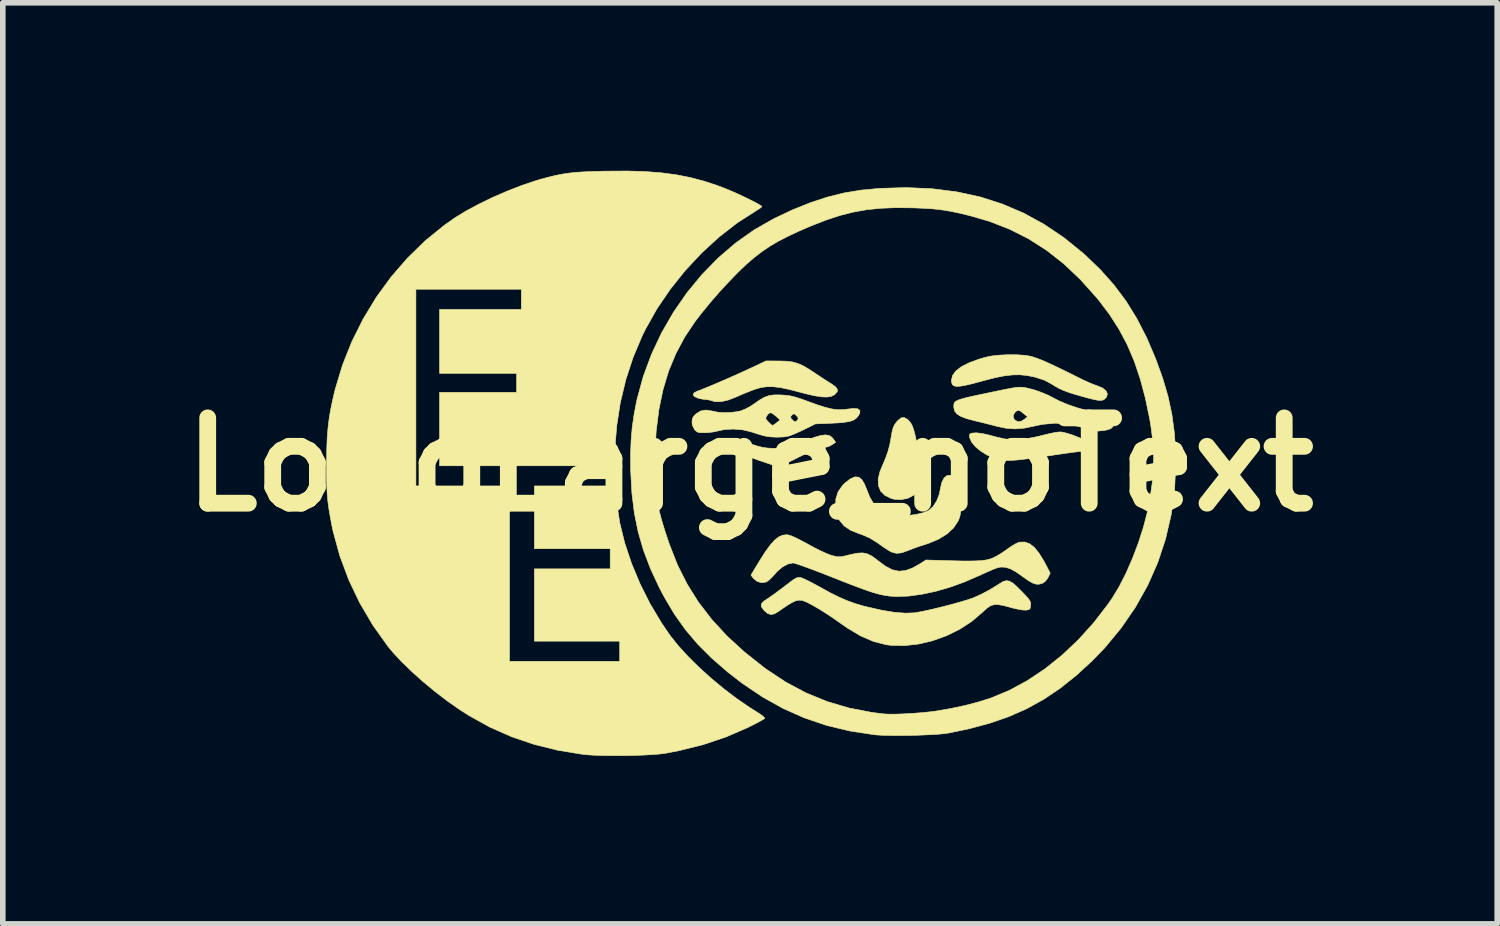
<source format=kicad_pcb>
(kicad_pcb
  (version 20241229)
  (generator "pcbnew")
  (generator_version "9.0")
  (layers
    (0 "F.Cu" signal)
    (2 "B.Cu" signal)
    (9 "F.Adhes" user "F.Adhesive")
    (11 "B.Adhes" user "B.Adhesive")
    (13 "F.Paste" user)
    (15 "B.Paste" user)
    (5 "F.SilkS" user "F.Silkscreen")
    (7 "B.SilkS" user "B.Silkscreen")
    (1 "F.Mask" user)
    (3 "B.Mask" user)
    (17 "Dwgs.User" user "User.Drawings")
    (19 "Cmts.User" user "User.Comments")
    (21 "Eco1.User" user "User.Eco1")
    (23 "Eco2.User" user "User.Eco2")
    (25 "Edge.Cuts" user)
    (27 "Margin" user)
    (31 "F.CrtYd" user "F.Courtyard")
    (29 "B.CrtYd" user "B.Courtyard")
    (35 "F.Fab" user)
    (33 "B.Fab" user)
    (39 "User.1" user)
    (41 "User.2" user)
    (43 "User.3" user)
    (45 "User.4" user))
  (footprint "LogoLarge_noText"
    (layer "F.Cu")
    (at 10.349 5.25)
    (property "Reference" "LogoLarge_noText" (at 0 0 0) (layer "F.SilkS") (effects (font (size 1.524 1.524) (thickness 0.3))))
    (attr through_hole)
    (fp_poly (pts (xy 2.813 -0.808) (xy 2.836 -0.786) (xy 2.868 -0.748) (xy 2.896 -0.699) (xy 2.921 -0.632) (xy 2.945 -0.543) (xy 2.971 -0.426) (xy 2.998 -0.276) (xy 3.018 -0.162) (xy 3.044 0.01) (xy 3.058 0.148) (xy 3.06 0.258) (xy 3.05 0.345) (xy 3.028 0.416) (xy 2.999 0.469) (xy 2.921 0.549) (xy 2.817 0.603) (xy 2.698 0.626) (xy 2.572 0.618) (xy 2.522 0.605) (xy 2.411 0.551) (xy 2.334 0.475) (xy 2.294 0.378) (xy 2.289 0.26) (xy 2.321 0.125) (xy 2.352 0.05) (xy 2.417 -0.103) (xy 2.464 -0.234) (xy 2.497 -0.359) (xy 2.519 -0.48) (xy 2.537 -0.583) (xy 2.556 -0.656) (xy 2.581 -0.711) (xy 2.616 -0.76) (xy 2.642 -0.788) (xy 2.7 -0.835) (xy 2.754 -0.841) (xy 2.813 -0.808)) (stroke (width 0.01) (type solid)) (fill yes) (layer "F.SilkS"))
    (fp_poly (pts (xy 1.412 -0.521) (xy 1.46 -0.49) (xy 1.483 -0.464) (xy 1.529 -0.399) (xy 1.479 -0.364) (xy 1.404 -0.322) (xy 1.32 -0.302) (xy 1.266 -0.298) (xy 1.211 -0.287) (xy 1.125 -0.255) (xy 1.008 -0.202) (xy 0.857 -0.127) (xy 0.749 -0.072) (xy 0.654 -0.025) (xy 0.579 0.012) (xy 0.529 0.034) (xy 0.512 0.041) (xy 0.488 0.034) (xy 0.431 0.015) (xy 0.348 -0.012) (xy 0.245 -0.047) (xy 0.16 -0.075) (xy -0.007 -0.136) (xy -0.135 -0.19) (xy -0.225 -0.24) (xy -0.279 -0.286) (xy -0.298 -0.332) (xy -0.285 -0.377) (xy -0.253 -0.414) (xy -0.224 -0.437) (xy -0.197 -0.443) (xy -0.157 -0.433) (xy -0.11 -0.416) (xy 0.026 -0.365) (xy 0.134 -0.33) (xy 0.224 -0.308) (xy 0.308 -0.296) (xy 0.395 -0.291) (xy 0.413 -0.291) (xy 0.504 -0.292) (xy 0.585 -0.3) (xy 0.666 -0.315) (xy 0.756 -0.341) (xy 0.865 -0.379) (xy 1.003 -0.433) (xy 1.008 -0.435) (xy 1.151 -0.488) (xy 1.262 -0.52) (xy 1.348 -0.531) (xy 1.412 -0.521)) (stroke (width 0.01) (type solid)) (fill yes) (layer "F.SilkS"))
    (fp_poly (pts (xy 5.595 -0.577) (xy 5.639 -0.566) (xy 5.652 -0.563) (xy 5.76 -0.529) (xy 5.868 -0.487) (xy 5.97 -0.44) (xy 6.056 -0.391) (xy 6.121 -0.346) (xy 6.155 -0.307) (xy 6.16 -0.293) (xy 6.144 -0.27) (xy 6.106 -0.248) (xy 6.064 -0.232) (xy 6.034 -0.231) (xy 6.028 -0.236) (xy 6.01 -0.242) (xy 5.96 -0.241) (xy 5.876 -0.233) (xy 5.756 -0.218) (xy 5.598 -0.196) (xy 5.439 -0.173) (xy 5.228 -0.141) (xy 5.054 -0.117) (xy 4.912 -0.098) (xy 4.796 -0.085) (xy 4.704 -0.077) (xy 4.628 -0.074) (xy 4.565 -0.075) (xy 4.509 -0.08) (xy 4.47 -0.086) (xy 4.349 -0.119) (xy 4.229 -0.174) (xy 4.119 -0.243) (xy 4.026 -0.321) (xy 3.958 -0.403) (xy 3.924 -0.481) (xy 3.919 -0.529) (xy 3.935 -0.552) (xy 3.967 -0.562) (xy 4.041 -0.568) (xy 4.145 -0.556) (xy 4.283 -0.525) (xy 4.387 -0.496) (xy 4.548 -0.459) (xy 4.706 -0.445) (xy 4.874 -0.453) (xy 5.062 -0.485) (xy 5.157 -0.506) (xy 5.288 -0.539) (xy 5.386 -0.561) (xy 5.458 -0.576) (xy 5.511 -0.582) (xy 5.554 -0.583) (xy 5.595 -0.577)) (stroke (width 0.01) (type solid)) (fill yes) (layer "F.SilkS"))
    (fp_poly (pts (xy 0.519 -1.851) (xy 0.648 -1.847) (xy 0.756 -1.834) (xy 0.853 -1.807) (xy 0.951 -1.764) (xy 1.061 -1.699) (xy 1.161 -1.633) (xy 1.252 -1.572) (xy 1.345 -1.511) (xy 1.426 -1.46) (xy 1.452 -1.444) (xy 1.526 -1.391) (xy 1.561 -1.345) (xy 1.558 -1.302) (xy 1.518 -1.256) (xy 1.511 -1.25) (xy 1.454 -1.22) (xy 1.378 -1.207) (xy 1.279 -1.21) (xy 1.152 -1.23) (xy 0.992 -1.267) (xy 0.893 -1.293) (xy 0.705 -1.342) (xy 0.549 -1.375) (xy 0.418 -1.391) (xy 0.304 -1.392) (xy 0.199 -1.378) (xy 0.114 -1.354) (xy 0.028 -1.324) (xy -0.077 -1.282) (xy -0.187 -1.236) (xy -0.235 -1.214) (xy -0.388 -1.154) (xy -0.516 -1.124) (xy -0.623 -1.124) (xy -0.688 -1.143) (xy -0.741 -1.157) (xy -0.791 -1.163) (xy -0.853 -1.17) (xy -0.925 -1.186) (xy -0.934 -1.189) (xy -0.996 -1.217) (xy -1.017 -1.251) (xy -0.996 -1.285) (xy -0.937 -1.314) (xy -0.875 -1.336) (xy -0.783 -1.374) (xy -0.667 -1.422) (xy -0.535 -1.478) (xy -0.393 -1.54) (xy -0.25 -1.603) (xy -0.114 -1.665) (xy 0.01 -1.722) (xy 0.021 -1.727) (xy 0.286 -1.852) (xy 0.519 -1.851)) (stroke (width 0.01) (type solid)) (fill yes) (layer "F.SilkS"))
    (fp_poly (pts (xy 4.767 -1.962) (xy 4.905 -1.953) (xy 4.992 -1.939) (xy 5.049 -1.925) (xy 5.113 -1.904) (xy 5.19 -1.875) (xy 5.283 -1.836) (xy 5.396 -1.784) (xy 5.533 -1.719) (xy 5.698 -1.638) (xy 5.896 -1.54) (xy 5.958 -1.509) (xy 6.048 -1.468) (xy 6.143 -1.429) (xy 6.202 -1.408) (xy 6.298 -1.368) (xy 6.359 -1.318) (xy 6.384 -1.265) (xy 6.371 -1.21) (xy 6.333 -1.169) (xy 6.304 -1.153) (xy 6.266 -1.147) (xy 6.211 -1.15) (xy 6.134 -1.165) (xy 6.027 -1.192) (xy 5.937 -1.217) (xy 5.796 -1.257) (xy 5.687 -1.292) (xy 5.6 -1.325) (xy 5.524 -1.359) (xy 5.451 -1.4) (xy 5.387 -1.44) (xy 5.262 -1.507) (xy 5.112 -1.557) (xy 5.069 -1.568) (xy 4.94 -1.593) (xy 4.814 -1.605) (xy 4.683 -1.602) (xy 4.539 -1.585) (xy 4.375 -1.552) (xy 4.18 -1.502) (xy 4.15 -1.494) (xy 3.985 -1.449) (xy 3.855 -1.418) (xy 3.757 -1.401) (xy 3.687 -1.397) (xy 3.641 -1.408) (xy 3.613 -1.432) (xy 3.6 -1.471) (xy 3.598 -1.505) (xy 3.618 -1.591) (xy 3.676 -1.672) (xy 3.773 -1.747) (xy 3.912 -1.818) (xy 4.091 -1.884) (xy 4.206 -1.918) (xy 4.319 -1.941) (xy 4.46 -1.956) (xy 4.614 -1.963) (xy 4.767 -1.962)) (stroke (width 0.01) (type solid)) (fill yes) (layer "F.SilkS"))
    (fp_poly (pts (xy 3.651 0.224) (xy 3.696 0.262) (xy 3.768 0.334) (xy 3.767 0.617) (xy 3.767 0.736) (xy 3.763 0.823) (xy 3.757 0.886) (xy 3.745 0.937) (xy 3.728 0.984) (xy 3.718 1.006) (xy 3.638 1.128) (xy 3.521 1.237) (xy 3.368 1.332) (xy 3.183 1.409) (xy 3.124 1.428) (xy 3.023 1.46) (xy 2.922 1.496) (xy 2.838 1.529) (xy 2.82 1.536) (xy 2.707 1.576) (xy 2.613 1.585) (xy 2.529 1.562) (xy 2.505 1.55) (xy 2.457 1.521) (xy 2.387 1.475) (xy 2.309 1.42) (xy 2.284 1.402) (xy 2.139 1.311) (xy 1.987 1.246) (xy 1.95 1.234) (xy 1.797 1.173) (xy 1.682 1.096) (xy 1.6 0.998) (xy 1.55 0.877) (xy 1.53 0.761) (xy 1.533 0.614) (xy 1.574 0.485) (xy 1.653 0.372) (xy 1.694 0.331) (xy 1.79 0.256) (xy 1.871 0.22) (xy 1.938 0.223) (xy 1.996 0.266) (xy 2.046 0.35) (xy 2.079 0.432) (xy 2.141 0.585) (xy 2.211 0.703) (xy 2.294 0.79) (xy 2.395 0.854) (xy 2.461 0.881) (xy 2.564 0.905) (xy 2.691 0.913) (xy 2.829 0.908) (xy 2.965 0.891) (xy 3.088 0.862) (xy 3.185 0.823) (xy 3.203 0.812) (xy 3.275 0.744) (xy 3.336 0.646) (xy 3.381 0.529) (xy 3.398 0.445) (xy 3.424 0.325) (xy 3.464 0.242) (xy 3.517 0.196) (xy 3.58 0.19) (xy 3.651 0.224)) (stroke (width 0.01) (type solid)) (fill yes) (layer "F.SilkS"))
    (fp_poly (pts (xy 4.889 -1.379) (xy 4.925 -1.373) (xy 5.057 -1.341) (xy 5.201 -1.292) (xy 5.336 -1.235) (xy 5.413 -1.194) (xy 5.528 -1.135) (xy 5.667 -1.077) (xy 5.82 -1.023) (xy 5.977 -0.976) (xy 6.126 -0.939) (xy 6.256 -0.916) (xy 6.34 -0.91) (xy 6.422 -0.904) (xy 6.47 -0.881) (xy 6.493 -0.835) (xy 6.498 -0.769) (xy 6.493 -0.704) (xy 6.471 -0.665) (xy 6.446 -0.644) (xy 6.394 -0.624) (xy 6.316 -0.608) (xy 6.229 -0.6) (xy 6.15 -0.6) (xy 6.107 -0.607) (xy 6.067 -0.619) (xy 6 -0.641) (xy 5.92 -0.667) (xy 5.905 -0.672) (xy 5.689 -0.724) (xy 5.459 -0.74) (xy 5.223 -0.719) (xy 5.086 -0.69) (xy 4.904 -0.652) (xy 4.742 -0.638) (xy 4.583 -0.648) (xy 4.413 -0.683) (xy 4.392 -0.689) (xy 4.276 -0.719) (xy 4.146 -0.752) (xy 4.028 -0.78) (xy 4.013 -0.784) (xy 3.871 -0.821) (xy 3.767 -0.861) (xy 3.728 -0.885) (xy 4.703 -0.885) (xy 4.709 -0.828) (xy 4.732 -0.795) (xy 4.786 -0.765) (xy 4.847 -0.775) (xy 4.9 -0.808) (xy 4.958 -0.854) (xy 4.887 -0.913) (xy 4.832 -0.955) (xy 4.795 -0.97) (xy 4.764 -0.96) (xy 4.738 -0.939) (xy 4.703 -0.885) (xy 3.728 -0.885) (xy 3.697 -0.905) (xy 3.656 -0.956) (xy 3.641 -1.017) (xy 3.641 -1.029) (xy 3.641 -1.061) (xy 3.644 -1.088) (xy 3.655 -1.111) (xy 3.677 -1.131) (xy 3.713 -1.15) (xy 3.769 -1.17) (xy 3.848 -1.192) (xy 3.953 -1.217) (xy 4.089 -1.246) (xy 4.26 -1.282) (xy 4.402 -1.312) (xy 4.543 -1.341) (xy 4.651 -1.362) (xy 4.733 -1.376) (xy 4.794 -1.382) (xy 4.844 -1.383) (xy 4.889 -1.379)) (stroke (width 0.01) (type solid)) (fill yes) (layer "F.SilkS"))
    (fp_poly (pts (xy 0.9 2.017) (xy 0.942 2.031) (xy 1.011 2.063) (xy 1.1 2.108) (xy 1.201 2.162) (xy 1.249 2.188) (xy 1.429 2.288) (xy 1.586 2.366) (xy 1.731 2.429) (xy 1.874 2.481) (xy 2.027 2.526) (xy 2.087 2.541) (xy 2.351 2.601) (xy 2.58 2.639) (xy 2.775 2.654) (xy 2.937 2.648) (xy 2.94 2.647) (xy 3.031 2.632) (xy 3.152 2.607) (xy 3.295 2.575) (xy 3.448 2.537) (xy 3.602 2.497) (xy 3.747 2.457) (xy 3.874 2.419) (xy 3.973 2.386) (xy 3.999 2.376) (xy 4.14 2.312) (xy 4.295 2.229) (xy 4.447 2.134) (xy 4.463 2.124) (xy 4.525 2.087) (xy 4.58 2.073) (xy 4.634 2.082) (xy 4.695 2.117) (xy 4.769 2.181) (xy 4.843 2.255) (xy 4.918 2.334) (xy 4.968 2.389) (xy 4.997 2.43) (xy 5.011 2.463) (xy 5.014 2.496) (xy 5.012 2.515) (xy 5.005 2.566) (xy 4.984 2.59) (xy 4.937 2.599) (xy 4.926 2.6) (xy 4.869 2.597) (xy 4.787 2.583) (xy 4.693 2.562) (xy 4.657 2.552) (xy 4.531 2.518) (xy 4.435 2.501) (xy 4.359 2.502) (xy 4.294 2.523) (xy 4.231 2.566) (xy 4.158 2.632) (xy 4.149 2.641) (xy 3.96 2.802) (xy 3.745 2.942) (xy 3.51 3.057) (xy 3.263 3.146) (xy 3.011 3.206) (xy 2.761 3.234) (xy 2.521 3.229) (xy 2.429 3.217) (xy 2.207 3.16) (xy 1.979 3.062) (xy 1.745 2.923) (xy 1.651 2.858) (xy 1.508 2.757) (xy 1.368 2.664) (xy 1.237 2.581) (xy 1.119 2.513) (xy 1.021 2.461) (xy 0.947 2.431) (xy 0.921 2.424) (xy 0.871 2.422) (xy 0.818 2.433) (xy 0.756 2.461) (xy 0.676 2.508) (xy 0.573 2.577) (xy 0.52 2.615) (xy 0.438 2.665) (xy 0.372 2.679) (xy 0.311 2.657) (xy 0.247 2.601) (xy 0.204 2.541) (xy 0.201 2.492) (xy 0.238 2.447) (xy 0.271 2.424) (xy 0.343 2.376) (xy 0.441 2.307) (xy 0.558 2.22) (xy 0.687 2.122) (xy 0.708 2.105) (xy 0.779 2.053) (xy 0.829 2.025) (xy 0.87 2.015) (xy 0.9 2.017)) (stroke (width 0.01) (type solid)) (fill yes) (layer "F.SilkS"))
    (fp_poly (pts (xy 0.559 -1.244) (xy 0.644 -1.238) (xy 0.719 -1.228) (xy 0.795 -1.21) (xy 0.883 -1.183) (xy 0.996 -1.143) (xy 1.04 -1.126) (xy 1.211 -1.065) (xy 1.351 -1.021) (xy 1.468 -0.993) (xy 1.57 -0.98) (xy 1.663 -0.981) (xy 1.747 -0.992) (xy 1.853 -1.004) (xy 1.925 -0.996) (xy 1.962 -0.969) (xy 1.962 -0.923) (xy 1.935 -0.872) (xy 1.898 -0.829) (xy 1.852 -0.797) (xy 1.788 -0.774) (xy 1.701 -0.758) (xy 1.584 -0.746) (xy 1.467 -0.74) (xy 1.166 -0.727) (xy 0.969 -0.629) (xy 0.876 -0.585) (xy 0.788 -0.546) (xy 0.716 -0.518) (xy 0.688 -0.509) (xy 0.593 -0.494) (xy 0.476 -0.49) (xy 0.357 -0.496) (xy 0.265 -0.511) (xy 0.201 -0.528) (xy 0.116 -0.554) (xy 0.028 -0.583) (xy 0.028 -0.583) (xy -0.129 -0.621) (xy -0.299 -0.635) (xy -0.464 -0.625) (xy -0.566 -0.603) (xy -0.651 -0.584) (xy -0.75 -0.572) (xy -0.808 -0.569) (xy -0.883 -0.57) (xy -0.931 -0.578) (xy -0.964 -0.598) (xy -0.989 -0.623) (xy -1.03 -0.703) (xy -1.037 -0.761) (xy -1.03 -0.82) (xy -1.019 -0.841) (xy 0.284 -0.841) (xy 0.285 -0.814) (xy 0.312 -0.779) (xy 0.329 -0.761) (xy 0.369 -0.722) (xy 0.397 -0.7) (xy 0.401 -0.699) (xy 0.424 -0.711) (xy 0.465 -0.74) (xy 0.475 -0.748) (xy 0.537 -0.798) (xy 0.474 -0.855) (xy 0.724 -0.855) (xy 0.73 -0.83) (xy 0.751 -0.805) (xy 0.79 -0.769) (xy 0.819 -0.768) (xy 0.848 -0.795) (xy 0.862 -0.824) (xy 0.848 -0.854) (xy 0.829 -0.874) (xy 0.795 -0.904) (xy 0.772 -0.904) (xy 0.748 -0.884) (xy 0.724 -0.855) (xy 0.474 -0.855) (xy 0.464 -0.864) (xy 0.405 -0.912) (xy 0.364 -0.927) (xy 0.331 -0.911) (xy 0.304 -0.877) (xy 0.284 -0.841) (xy -1.019 -0.841) (xy -1.004 -0.867) (xy -0.962 -0.908) (xy -0.882 -0.958) (xy -0.79 -0.975) (xy -0.679 -0.958) (xy -0.656 -0.952) (xy -0.56 -0.934) (xy -0.441 -0.928) (xy -0.317 -0.934) (xy -0.204 -0.95) (xy -0.169 -0.959) (xy -0.087 -0.991) (xy 0.004 -1.039) (xy 0.064 -1.079) (xy 0.17 -1.153) (xy 0.258 -1.203) (xy 0.339 -1.232) (xy 0.426 -1.245) (xy 0.531 -1.245) (xy 0.559 -1.244)) (stroke (width 0.01) (type solid)) (fill yes) (layer "F.SilkS"))
    (fp_poly (pts (xy 0.679 1.255) (xy 0.726 1.269) (xy 0.802 1.301) (xy 0.896 1.348) (xy 1.002 1.404) (xy 1.041 1.425) (xy 1.152 1.486) (xy 1.262 1.541) (xy 1.361 1.586) (xy 1.438 1.616) (xy 1.457 1.622) (xy 1.521 1.639) (xy 1.571 1.647) (xy 1.619 1.646) (xy 1.678 1.636) (xy 1.763 1.615) (xy 1.785 1.61) (xy 1.91 1.583) (xy 2.01 1.577) (xy 2.095 1.594) (xy 2.179 1.636) (xy 2.274 1.706) (xy 2.287 1.717) (xy 2.421 1.816) (xy 2.543 1.879) (xy 2.659 1.904) (xy 2.778 1.893) (xy 2.905 1.846) (xy 3.037 1.772) (xy 3.143 1.704) (xy 3.408 1.712) (xy 3.618 1.718) (xy 3.791 1.722) (xy 3.931 1.722) (xy 4.044 1.72) (xy 4.133 1.715) (xy 4.205 1.706) (xy 4.263 1.694) (xy 4.312 1.679) (xy 4.32 1.676) (xy 4.394 1.64) (xy 4.483 1.588) (xy 4.572 1.528) (xy 4.591 1.514) (xy 4.668 1.46) (xy 4.742 1.416) (xy 4.8 1.389) (xy 4.815 1.385) (xy 4.907 1.383) (xy 4.994 1.413) (xy 5.078 1.478) (xy 5.162 1.581) (xy 5.249 1.722) (xy 5.281 1.782) (xy 5.362 1.938) (xy 5.326 2.014) (xy 5.289 2.07) (xy 5.244 2.11) (xy 5.237 2.114) (xy 5.175 2.135) (xy 5.116 2.137) (xy 5.051 2.117) (xy 4.972 2.072) (xy 4.874 2.002) (xy 4.753 1.917) (xy 4.652 1.862) (xy 4.565 1.834) (xy 4.485 1.83) (xy 4.43 1.84) (xy 4.379 1.857) (xy 4.3 1.89) (xy 4.204 1.932) (xy 4.1 1.98) (xy 4.083 1.987) (xy 3.83 2.097) (xy 3.572 2.19) (xy 3.316 2.264) (xy 3.067 2.317) (xy 2.833 2.349) (xy 2.621 2.357) (xy 2.491 2.349) (xy 2.421 2.339) (xy 2.35 2.325) (xy 2.272 2.306) (xy 2.183 2.28) (xy 2.078 2.245) (xy 1.953 2.199) (xy 1.802 2.142) (xy 1.621 2.072) (xy 1.435 1.998) (xy 1.282 1.938) (xy 1.139 1.883) (xy 1.012 1.836) (xy 0.906 1.798) (xy 0.826 1.772) (xy 0.779 1.758) (xy 0.77 1.757) (xy 0.679 1.775) (xy 0.581 1.827) (xy 0.487 1.906) (xy 0.441 1.958) (xy 0.385 2.02) (xy 0.33 2.071) (xy 0.29 2.097) (xy 0.21 2.11) (xy 0.129 2.088) (xy 0.062 2.034) (xy 0.058 2.029) (xy 0.017 1.974) (xy 0.169 1.722) (xy 0.27 1.563) (xy 0.359 1.44) (xy 0.439 1.35) (xy 0.514 1.291) (xy 0.586 1.26) (xy 0.659 1.253) (xy 0.679 1.255)) (stroke (width 0.01) (type solid)) (fill yes) (layer "F.SilkS"))
    (fp_poly (pts (xy -1.869 -5.235) (xy -1.584 -5.213) (xy -1.319 -5.178) (xy -1.069 -5.129) (xy -0.825 -5.065) (xy -0.582 -4.985) (xy -0.443 -4.932) (xy -0.347 -4.892) (xy -0.241 -4.846) (xy -0.133 -4.796) (xy -0.028 -4.745) (xy 0.066 -4.698) (xy 0.141 -4.658) (xy 0.192 -4.628) (xy 0.212 -4.611) (xy 0.212 -4.611) (xy 0.195 -4.592) (xy 0.151 -4.562) (xy 0.111 -4.537) (xy -0.227 -4.32) (xy -0.554 -4.066) (xy -0.866 -3.78) (xy -1.158 -3.467) (xy -1.426 -3.132) (xy -1.665 -2.78) (xy -1.87 -2.415) (xy -1.925 -2.304) (xy -2.088 -1.917) (xy -2.22 -1.514) (xy -2.318 -1.104) (xy -2.381 -0.696) (xy -2.404 -0.413) (xy -2.409 -0.303) (xy -2.415 -0.2) (xy -2.421 -0.116) (xy -2.426 -0.069) (xy -2.437 0.021) (xy -5.546 0.021) (xy -5.546 -1.291) (xy -4.17 -1.291) (xy -4.17 -1.63) (xy -5.546 -1.63) (xy -5.546 -2.773) (xy -4.085 -2.773) (xy -4.085 -3.133) (xy -5.969 -3.133) (xy -5.969 0.381) (xy -4.297 0.381) (xy -4.297 3.514) (xy -2.328 3.514) (xy -2.328 3.154) (xy -3.852 3.154) (xy -3.852 1.863) (xy -2.498 1.863) (xy -2.498 1.503) (xy -3.852 1.503) (xy -3.852 0.381) (xy -2.416 0.381) (xy -2.404 0.471) (xy -2.396 0.544) (xy -2.386 0.635) (xy -2.381 0.688) (xy -2.328 1.037) (xy -2.239 1.399) (xy -2.117 1.765) (xy -1.964 2.131) (xy -1.784 2.49) (xy -1.577 2.835) (xy -1.432 3.048) (xy -1.288 3.229) (xy -1.113 3.422) (xy -0.913 3.62) (xy -0.695 3.817) (xy -0.466 4.007) (xy -0.233 4.184) (xy -0.004 4.341) (xy 0.095 4.403) (xy 0.171 4.451) (xy 0.228 4.493) (xy 0.259 4.523) (xy 0.262 4.534) (xy 0.239 4.55) (xy 0.185 4.581) (xy 0.107 4.623) (xy 0.011 4.671) (xy -0.045 4.699) (xy -0.428 4.865) (xy -0.837 5.003) (xy -1.276 5.112) (xy -1.506 5.156) (xy -1.612 5.17) (xy -1.75 5.181) (xy -1.914 5.19) (xy -2.094 5.196) (xy -2.282 5.199) (xy -2.468 5.199) (xy -2.645 5.197) (xy -2.803 5.191) (xy -2.934 5.182) (xy -2.985 5.177) (xy -3.435 5.103) (xy -3.858 4.998) (xy -4.261 4.861) (xy -4.646 4.691) (xy -5.019 4.484) (xy -5.196 4.371) (xy -5.41 4.221) (xy -5.625 4.056) (xy -5.836 3.882) (xy -6.035 3.704) (xy -6.216 3.529) (xy -6.372 3.363) (xy -6.467 3.249) (xy -6.737 2.87) (xy -6.972 2.471) (xy -7.169 2.058) (xy -7.328 1.631) (xy -7.447 1.196) (xy -7.47 1.09) (xy -7.5 0.929) (xy -7.524 0.787) (xy -7.542 0.654) (xy -7.554 0.519) (xy -7.561 0.374) (xy -7.565 0.207) (xy -7.566 0.009) (xy -7.565 -0.021) (xy -7.562 -0.264) (xy -7.554 -0.476) (xy -7.538 -0.668) (xy -7.515 -0.85) (xy -7.482 -1.034) (xy -7.439 -1.231) (xy -7.41 -1.349) (xy -7.28 -1.779) (xy -7.113 -2.198) (xy -6.911 -2.602) (xy -6.677 -2.988) (xy -6.412 -3.352) (xy -6.119 -3.69) (xy -5.801 -4) (xy -5.46 -4.277) (xy -5.271 -4.41) (xy -5.073 -4.531) (xy -4.843 -4.654) (xy -4.594 -4.775) (xy -4.335 -4.887) (xy -4.076 -4.988) (xy -3.83 -5.071) (xy -3.736 -5.099) (xy -3.598 -5.136) (xy -3.474 -5.166) (xy -3.357 -5.189) (xy -3.239 -5.207) (xy -3.112 -5.221) (xy -2.967 -5.23) (xy -2.799 -5.237) (xy -2.598 -5.242) (xy -2.529 -5.243) (xy -2.182 -5.245) (xy -1.869 -5.235)) (stroke (width 0.01) (type solid)) (fill yes) (layer "F.SilkS"))
    (fp_poly (pts (xy 3.256 -4.928) (xy 3.692 -4.873) (xy 4.108 -4.783) (xy 4.505 -4.656) (xy 4.886 -4.494) (xy 5.251 -4.294) (xy 5.604 -4.057) (xy 5.945 -3.781) (xy 5.979 -3.751) (xy 6.255 -3.486) (xy 6.5 -3.211) (xy 6.718 -2.92) (xy 6.912 -2.606) (xy 7.088 -2.263) (xy 7.245 -1.894) (xy 7.371 -1.547) (xy 7.468 -1.216) (xy 7.537 -0.893) (xy 7.581 -0.565) (xy 7.603 -0.221) (xy 7.606 -0.021) (xy 7.585 0.442) (xy 7.524 0.893) (xy 7.423 1.33) (xy 7.283 1.752) (xy 7.103 2.159) (xy 6.885 2.548) (xy 6.629 2.92) (xy 6.336 3.274) (xy 6.11 3.507) (xy 5.826 3.768) (xy 5.541 3.995) (xy 5.25 4.191) (xy 4.947 4.359) (xy 4.626 4.501) (xy 4.282 4.62) (xy 3.91 4.72) (xy 3.545 4.796) (xy 3.455 4.808) (xy 3.331 4.819) (xy 3.182 4.827) (xy 3.017 4.834) (xy 2.844 4.838) (xy 2.673 4.84) (xy 2.511 4.839) (xy 2.369 4.836) (xy 2.254 4.829) (xy 2.217 4.825) (xy 1.782 4.759) (xy 1.369 4.66) (xy 0.974 4.526) (xy 0.593 4.357) (xy 0.222 4.15) (xy -0.143 3.904) (xy -0.402 3.703) (xy -0.685 3.457) (xy -0.933 3.209) (xy -1.152 2.951) (xy -1.349 2.674) (xy -1.529 2.371) (xy -1.623 2.193) (xy -1.778 1.86) (xy -1.902 1.534) (xy -1.997 1.207) (xy -2.066 0.87) (xy -2.11 0.514) (xy -2.131 0.13) (xy -2.132 0.106) (xy -2.133 -0.021) (xy -1.702 -0.021) (xy -1.701 0.176) (xy -1.694 0.35) (xy -1.68 0.509) (xy -1.658 0.662) (xy -1.625 0.818) (xy -1.581 0.986) (xy -1.524 1.174) (xy -1.452 1.391) (xy -1.439 1.428) (xy -1.296 1.792) (xy -1.124 2.134) (xy -0.922 2.457) (xy -0.686 2.764) (xy -0.416 3.058) (xy -0.108 3.341) (xy 0.239 3.617) (xy 0.29 3.655) (xy 0.641 3.887) (xy 1.002 4.079) (xy 1.378 4.233) (xy 1.771 4.349) (xy 2.183 4.428) (xy 2.381 4.453) (xy 2.474 4.458) (xy 2.598 4.458) (xy 2.744 4.453) (xy 2.902 4.444) (xy 3.061 4.432) (xy 3.212 4.417) (xy 3.321 4.403) (xy 3.578 4.359) (xy 3.836 4.304) (xy 4.081 4.24) (xy 4.298 4.172) (xy 4.307 4.169) (xy 4.633 4.033) (xy 4.956 3.858) (xy 5.272 3.647) (xy 5.577 3.402) (xy 5.868 3.127) (xy 6.141 2.824) (xy 6.393 2.497) (xy 6.468 2.389) (xy 6.594 2.181) (xy 6.717 1.94) (xy 6.832 1.677) (xy 6.937 1.401) (xy 7.027 1.122) (xy 7.098 0.849) (xy 7.141 0.635) (xy 7.183 0.342) (xy 7.206 0.075) (xy 7.21 -0.178) (xy 7.195 -0.428) (xy 7.161 -0.689) (xy 7.142 -0.804) (xy 7.063 -1.185) (xy 6.971 -1.531) (xy 6.864 -1.848) (xy 6.739 -2.141) (xy 6.593 -2.416) (xy 6.424 -2.68) (xy 6.229 -2.938) (xy 6.19 -2.985) (xy 5.904 -3.304) (xy 5.609 -3.584) (xy 5.302 -3.826) (xy 4.98 -4.032) (xy 4.64 -4.204) (xy 4.279 -4.345) (xy 3.939 -4.444) (xy 3.75 -4.49) (xy 3.585 -4.525) (xy 3.431 -4.55) (xy 3.276 -4.568) (xy 3.107 -4.579) (xy 2.91 -4.587) (xy 2.889 -4.587) (xy 2.595 -4.59) (xy 2.328 -4.579) (xy 2.08 -4.553) (xy 1.84 -4.51) (xy 1.601 -4.449) (xy 1.353 -4.367) (xy 1.087 -4.263) (xy 0.879 -4.173) (xy 0.678 -4.079) (xy 0.508 -3.992) (xy 0.358 -3.904) (xy 0.22 -3.811) (xy 0.082 -3.705) (xy 0.07 -3.696) (xy -0.068 -3.576) (xy -0.222 -3.429) (xy -0.385 -3.26) (xy -0.552 -3.079) (xy -0.715 -2.891) (xy -0.868 -2.704) (xy -0.978 -2.561) (xy -1.166 -2.281) (xy -1.324 -1.985) (xy -1.454 -1.672) (xy -1.555 -1.337) (xy -1.629 -0.978) (xy -1.677 -0.591) (xy -1.7 -0.174) (xy -1.702 -0.021) (xy -2.133 -0.021) (xy -2.134 -0.175) (xy -2.125 -0.428) (xy -2.105 -0.665) (xy -2.071 -0.899) (xy -2.024 -1.142) (xy -2.019 -1.164) (xy -1.908 -1.572) (xy -1.761 -1.969) (xy -1.58 -2.354) (xy -1.368 -2.721) (xy -1.127 -3.069) (xy -0.86 -3.393) (xy -0.569 -3.691) (xy -0.257 -3.959) (xy 0.074 -4.193) (xy 0.421 -4.391) (xy 0.425 -4.393) (xy 0.759 -4.551) (xy 1.074 -4.678) (xy 1.378 -4.778) (xy 1.68 -4.853) (xy 1.986 -4.904) (xy 2.307 -4.934) (xy 2.315 -4.935) (xy 2.798 -4.949) (xy 3.256 -4.928)) (stroke (width 0.01) (type solid)) (fill yes) (layer "F.SilkS")))
  (gr_rect
    (start -3 -3)
    (end 23.697 13.454)
    (stroke (width 0.1) (type default))
    (fill no)
    (layer "Edge.Cuts")))
</source>
